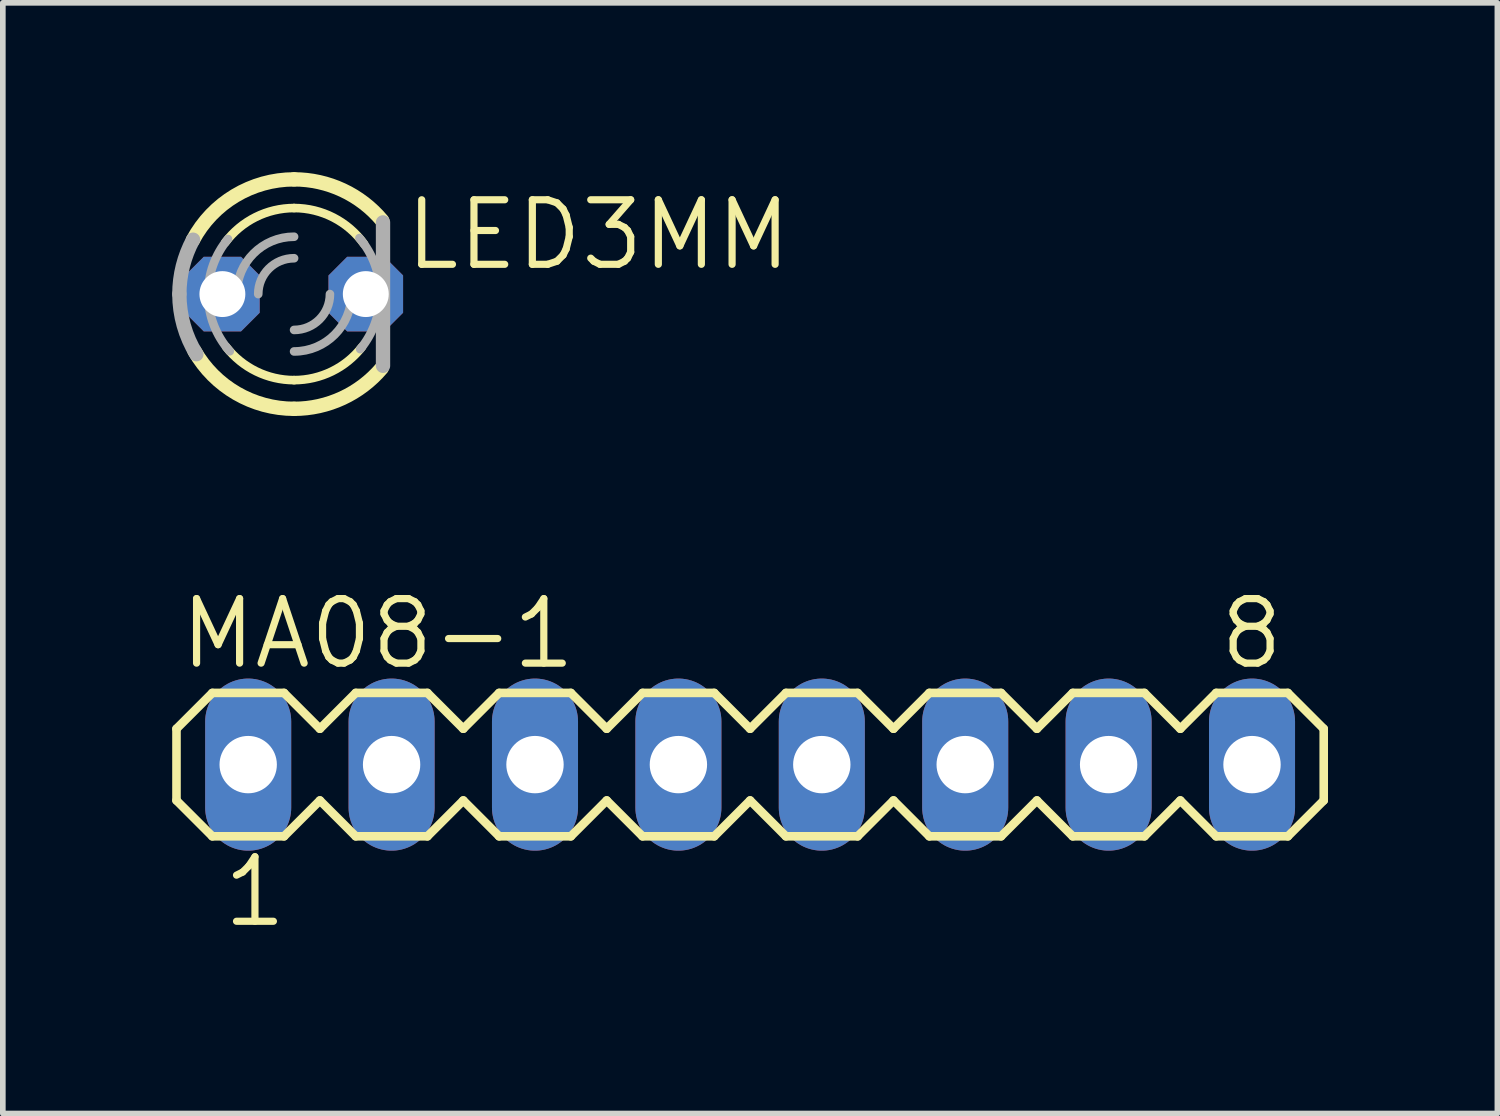
<source format=kicad_pcb>
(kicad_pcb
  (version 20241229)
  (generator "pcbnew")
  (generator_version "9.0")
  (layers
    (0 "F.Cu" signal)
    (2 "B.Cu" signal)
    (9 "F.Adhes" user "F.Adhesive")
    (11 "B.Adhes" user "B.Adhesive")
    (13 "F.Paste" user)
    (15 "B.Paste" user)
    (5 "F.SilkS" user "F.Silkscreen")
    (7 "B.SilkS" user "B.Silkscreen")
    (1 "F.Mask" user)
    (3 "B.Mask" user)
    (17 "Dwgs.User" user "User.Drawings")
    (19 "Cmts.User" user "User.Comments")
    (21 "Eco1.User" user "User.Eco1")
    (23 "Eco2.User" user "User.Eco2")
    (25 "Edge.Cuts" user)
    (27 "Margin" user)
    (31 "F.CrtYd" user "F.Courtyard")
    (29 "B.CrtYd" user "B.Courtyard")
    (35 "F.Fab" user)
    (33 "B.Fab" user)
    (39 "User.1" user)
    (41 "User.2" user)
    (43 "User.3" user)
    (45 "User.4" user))
  (footprint "MA08-1"
    (layer "F.Cu")
    (at 10.236 10.493)
    (property "Reference" "MA08-1" (at -10.16 -1.651 0) (layer "F.SilkS") (effects (font (size 1.143 1.143) (thickness 0.127)) (justify left bottom)))
    (fp_line (start -10.16 -0.635) (end -10.16 0.635) (stroke (width 0.152) (type solid)) (layer "F.SilkS"))
    (fp_line (start -10.16 0.635) (end -9.525 1.27) (stroke (width 0.152) (type solid)) (layer "F.SilkS"))
    (fp_line (start -9.525 -1.27) (end -10.16 -0.635) (stroke (width 0.152) (type solid)) (layer "F.SilkS"))
    (fp_line (start -9.525 -1.27) (end -8.255 -1.27) (stroke (width 0.152) (type solid)) (layer "F.SilkS"))
    (fp_line (start -8.255 -1.27) (end -7.62 -0.635) (stroke (width 0.152) (type solid)) (layer "F.SilkS"))
    (fp_line (start -8.255 1.27) (end -9.525 1.27) (stroke (width 0.152) (type solid)) (layer "F.SilkS"))
    (fp_line (start -7.62 -0.635) (end -6.985 -1.27) (stroke (width 0.152) (type solid)) (layer "F.SilkS"))
    (fp_line (start -7.62 0.635) (end -8.255 1.27) (stroke (width 0.152) (type solid)) (layer "F.SilkS"))
    (fp_line (start -6.985 -1.27) (end -5.715 -1.27) (stroke (width 0.152) (type solid)) (layer "F.SilkS"))
    (fp_line (start -6.985 1.27) (end -7.62 0.635) (stroke (width 0.152) (type solid)) (layer "F.SilkS"))
    (fp_line (start -5.715 -1.27) (end -5.08 -0.635) (stroke (width 0.152) (type solid)) (layer "F.SilkS"))
    (fp_line (start -5.715 1.27) (end -6.985 1.27) (stroke (width 0.152) (type solid)) (layer "F.SilkS"))
    (fp_line (start -5.08 -0.635) (end -4.445 -1.27) (stroke (width 0.152) (type solid)) (layer "F.SilkS"))
    (fp_line (start -5.08 0.635) (end -5.715 1.27) (stroke (width 0.152) (type solid)) (layer "F.SilkS"))
    (fp_line (start -4.445 -1.27) (end -3.175 -1.27) (stroke (width 0.152) (type solid)) (layer "F.SilkS"))
    (fp_line (start -4.445 1.27) (end -5.08 0.635) (stroke (width 0.152) (type solid)) (layer "F.SilkS"))
    (fp_line (start -3.175 -1.27) (end -2.54 -0.635) (stroke (width 0.152) (type solid)) (layer "F.SilkS"))
    (fp_line (start -3.175 1.27) (end -4.445 1.27) (stroke (width 0.152) (type solid)) (layer "F.SilkS"))
    (fp_line (start -2.54 0.635) (end -3.175 1.27) (stroke (width 0.152) (type solid)) (layer "F.SilkS"))
    (fp_line (start -2.54 0.635) (end -1.905 1.27) (stroke (width 0.152) (type solid)) (layer "F.SilkS"))
    (fp_line (start -1.905 -1.27) (end -2.54 -0.635) (stroke (width 0.152) (type solid)) (layer "F.SilkS"))
    (fp_line (start -1.905 -1.27) (end -0.635 -1.27) (stroke (width 0.152) (type solid)) (layer "F.SilkS"))
    (fp_line (start -0.635 -1.27) (end 0 -0.635) (stroke (width 0.152) (type solid)) (layer "F.SilkS"))
    (fp_line (start -0.635 1.27) (end -1.905 1.27) (stroke (width 0.152) (type solid)) (layer "F.SilkS"))
    (fp_line (start 0 0.635) (end -0.635 1.27) (stroke (width 0.152) (type solid)) (layer "F.SilkS"))
    (fp_line (start 0 0.635) (end 0.635 1.27) (stroke (width 0.152) (type solid)) (layer "F.SilkS"))
    (fp_line (start 0.635 -1.27) (end 0 -0.635) (stroke (width 0.152) (type solid)) (layer "F.SilkS"))
    (fp_line (start 0.635 -1.27) (end 1.905 -1.27) (stroke (width 0.152) (type solid)) (layer "F.SilkS"))
    (fp_line (start 1.905 -1.27) (end 2.54 -0.635) (stroke (width 0.152) (type solid)) (layer "F.SilkS"))
    (fp_line (start 1.905 1.27) (end 0.635 1.27) (stroke (width 0.152) (type solid)) (layer "F.SilkS"))
    (fp_line (start 2.54 -0.635) (end 3.175 -1.27) (stroke (width 0.152) (type solid)) (layer "F.SilkS"))
    (fp_line (start 2.54 0.635) (end 1.905 1.27) (stroke (width 0.152) (type solid)) (layer "F.SilkS"))
    (fp_line (start 3.175 -1.27) (end 4.445 -1.27) (stroke (width 0.152) (type solid)) (layer "F.SilkS"))
    (fp_line (start 3.175 1.27) (end 2.54 0.635) (stroke (width 0.152) (type solid)) (layer "F.SilkS"))
    (fp_line (start 4.445 -1.27) (end 5.08 -0.635) (stroke (width 0.152) (type solid)) (layer "F.SilkS"))
    (fp_line (start 4.445 1.27) (end 3.175 1.27) (stroke (width 0.152) (type solid)) (layer "F.SilkS"))
    (fp_line (start 5.08 -0.635) (end 5.715 -1.27) (stroke (width 0.152) (type solid)) (layer "F.SilkS"))
    (fp_line (start 5.08 0.635) (end 4.445 1.27) (stroke (width 0.152) (type solid)) (layer "F.SilkS"))
    (fp_line (start 5.715 -1.27) (end 6.985 -1.27) (stroke (width 0.152) (type solid)) (layer "F.SilkS"))
    (fp_line (start 5.715 1.27) (end 5.08 0.635) (stroke (width 0.152) (type solid)) (layer "F.SilkS"))
    (fp_line (start 6.985 -1.27) (end 7.62 -0.635) (stroke (width 0.152) (type solid)) (layer "F.SilkS"))
    (fp_line (start 6.985 1.27) (end 5.715 1.27) (stroke (width 0.152) (type solid)) (layer "F.SilkS"))
    (fp_line (start 7.62 0.635) (end 6.985 1.27) (stroke (width 0.152) (type solid)) (layer "F.SilkS"))
    (fp_line (start 7.62 0.635) (end 8.255 1.27) (stroke (width 0.152) (type solid)) (layer "F.SilkS"))
    (fp_line (start 8.255 -1.27) (end 7.62 -0.635) (stroke (width 0.152) (type solid)) (layer "F.SilkS"))
    (fp_line (start 8.255 -1.27) (end 9.525 -1.27) (stroke (width 0.152) (type solid)) (layer "F.SilkS"))
    (fp_line (start 9.525 -1.27) (end 10.16 -0.635) (stroke (width 0.152) (type solid)) (layer "F.SilkS"))
    (fp_line (start 9.525 1.27) (end 8.255 1.27) (stroke (width 0.152) (type solid)) (layer "F.SilkS"))
    (fp_line (start 10.16 -0.635) (end 10.16 0.635) (stroke (width 0.152) (type solid)) (layer "F.SilkS"))
    (fp_line (start 10.16 0.635) (end 9.525 1.27) (stroke (width 0.152) (type solid)) (layer "F.SilkS"))
    (fp_poly (pts (xy -9.144 0.254) (xy -8.636 0.254) (xy -8.636 -0.254) (xy -9.144 -0.254)) (stroke (width 0.1) (type solid)) (fill no) (layer "F.Fab"))
    (fp_poly (pts (xy -6.604 0.254) (xy -6.096 0.254) (xy -6.096 -0.254) (xy -6.604 -0.254)) (stroke (width 0.1) (type solid)) (fill no) (layer "F.Fab"))
    (fp_poly (pts (xy -4.064 0.254) (xy -3.556 0.254) (xy -3.556 -0.254) (xy -4.064 -0.254)) (stroke (width 0.1) (type solid)) (fill no) (layer "F.Fab"))
    (fp_poly (pts (xy -1.524 0.254) (xy -1.016 0.254) (xy -1.016 -0.254) (xy -1.524 -0.254)) (stroke (width 0.1) (type solid)) (fill no) (layer "F.Fab"))
    (fp_poly (pts (xy 1.016 0.254) (xy 1.524 0.254) (xy 1.524 -0.254) (xy 1.016 -0.254)) (stroke (width 0.1) (type solid)) (fill no) (layer "F.Fab"))
    (fp_poly (pts (xy 3.556 0.254) (xy 4.064 0.254) (xy 4.064 -0.254) (xy 3.556 -0.254)) (stroke (width 0.1) (type solid)) (fill no) (layer "F.Fab"))
    (fp_poly (pts (xy 6.096 0.254) (xy 6.604 0.254) (xy 6.604 -0.254) (xy 6.096 -0.254)) (stroke (width 0.1) (type solid)) (fill no) (layer "F.Fab"))
    (fp_poly (pts (xy 8.636 0.254) (xy 9.144 0.254) (xy 9.144 -0.254) (xy 8.636 -0.254)) (stroke (width 0.1) (type solid)) (fill no) (layer "F.Fab"))
    (fp_text user "1" (at -9.398 2.921 0) (layer "F.SilkS") (effects (font (size 1.143 1.143) (thickness 0.127)) (justify left bottom)))
    (fp_text user "8" (at 8.255 -1.651 0) (layer "F.SilkS") (effects (font (size 1.143 1.143) (thickness 0.127)) (justify left bottom)))
    (pad "1" thru_hole oval (at -8.89 0 90) (size 3.048 1.524) (drill 1.016) (layers "*.Cu" "*.Mask"))
    (pad "2" thru_hole oval (at -6.35 0 90) (size 3.048 1.524) (drill 1.016) (layers "*.Cu" "*.Mask"))
    (pad "3" thru_hole oval (at -3.81 0 90) (size 3.048 1.524) (drill 1.016) (layers "*.Cu" "*.Mask"))
    (pad "4" thru_hole oval (at -1.27 0 90) (size 3.048 1.524) (drill 1.016) (layers "*.Cu" "*.Mask"))
    (pad "5" thru_hole oval (at 1.27 0 90) (size 3.048 1.524) (drill 1.016) (layers "*.Cu" "*.Mask"))
    (pad "6" thru_hole oval (at 3.81 0 90) (size 3.048 1.524) (drill 1.016) (layers "*.Cu" "*.Mask"))
    (pad "7" thru_hole oval (at 6.35 0 90) (size 3.048 1.524) (drill 1.016) (layers "*.Cu" "*.Mask"))
    (pad "8" thru_hole oval (at 8.89 0 90) (size 3.048 1.524) (drill 1.016) (layers "*.Cu" "*.Mask")))
  (footprint "LED3MM"
    (layer "F.Cu")
    (at 2.159 2.159)
    (property "Reference" "LED3MM" (at 1.905 -0.381 0) (layer "F.SilkS") (effects (font (size 1.143 1.143) (thickness 0.127)) (justify left bottom)))
    (fp_arc (start -1.7929 -0.9562) (mid -1.045438 -1.7424) (end 0 -2.032) (stroke (width 0.254) (type solid)) (layer "F.SilkS"))
    (fp_arc (start -1.2192 -0.9144) (mid -0.681554 -1.363107) (end 0 -1.524) (stroke (width 0.1524) (type solid)) (layer "F.SilkS"))
    (fp_arc (start 0 -2.032) (mid 0.861864 -1.840173) (end 1.561 -1.3009) (stroke (width 0.254) (type solid)) (layer "F.SilkS"))
    (fp_arc (start 0 -1.524) (mid 0.697339 -1.355082) (end 1.2401 -0.885801) (stroke (width 0.1524) (type solid)) (layer "F.SilkS"))
    (fp_arc (start 0 1.524) (mid -0.669593 1.369018) (end -1.203 0.9356) (stroke (width 0.1524) (type solid)) (layer "F.SilkS"))
    (fp_arc (start 0 2.032) (mid -1.019924 1.757525) (end -1.7643 1.0082) (stroke (width 0.254) (type solid)) (layer "F.SilkS"))
    (fp_arc (start 1.203 0.9356) (mid 0.669593 1.369018) (end 0 1.524) (stroke (width 0.1524) (type solid)) (layer "F.SilkS"))
    (fp_arc (start 1.5512 1.3126) (mid 0.854953 1.843405) (end 0 2.032) (stroke (width 0.254) (type solid)) (layer "F.SilkS"))
    (fp_line (start 1.575 1.27) (end 1.575 -1.27) (stroke (width 0.254) (type solid)) (layer "F.Fab"))
    (fp_arc (start -2.032 0) (mid -1.970339 -0.496775) (end -1.7891 -0.9634) (stroke (width 0.254) (type solid)) (layer "F.Fab"))
    (fp_arc (start -1.7306 1.065) (mid -1.95521 0.553417) (end -2.032 0) (stroke (width 0.254) (type solid)) (layer "F.Fab"))
    (fp_arc (start -1.524 0) (mid -1.432981 -0.518783) (end -1.1708 -0.9756) (stroke (width 0.1524) (type solid)) (layer "F.Fab"))
    (fp_arc (start -1.1391 1.0125) (mid -1.42454 0.5416) (end -1.524 0) (stroke (width 0.1524) (type solid)) (layer "F.Fab"))
    (fp_arc (start -1.016 0) (mid -0.71842 -0.71842) (end 0 -1.016) (stroke (width 0.1524) (type solid)) (layer "F.Fab"))
    (fp_arc (start -0.635 0) (mid -0.449013 -0.449013) (end 0 -0.635) (stroke (width 0.1524) (type solid)) (layer "F.Fab"))
    (fp_arc (start 0.635 0) (mid 0.449013 0.449013) (end 0 0.635) (stroke (width 0.1524) (type solid)) (layer "F.Fab"))
    (fp_arc (start 1.016 0) (mid 0.71842 0.71842) (end 0 1.016) (stroke (width 0.1524) (type solid)) (layer "F.Fab"))
    (fp_arc (start 1.1571 -0.9918) (mid 1.429332 -0.528744) (end 1.524 0) (stroke (width 0.1524) (type solid)) (layer "F.Fab"))
    (fp_arc (start 1.524 0) (mid 1.432981 0.518783) (end 1.1708 0.9756) (stroke (width 0.1524) (type solid)) (layer "F.Fab"))
    (pad "A" thru_hole roundrect (at -1.27 0) (size 1.321 1.321) (drill 0.813) (layers "*.Cu" "*.Mask") (roundrect_rratio 0.25) (chamfer_ratio 0.25) (chamfer top_left top_right bottom_left bottom_right))
    (pad "K" thru_hole roundrect (at 1.27 0) (size 1.321 1.321) (drill 0.813) (layers "*.Cu" "*.Mask") (roundrect_rratio 0.25) (chamfer_ratio 0.25) (chamfer top_left top_right bottom_left bottom_right)))
  (gr_rect
    (start -3 -3)
    (end 23.472 16.673)
    (stroke (width 0.1) (type default))
    (fill no)
    (layer "Edge.Cuts")))
</source>
